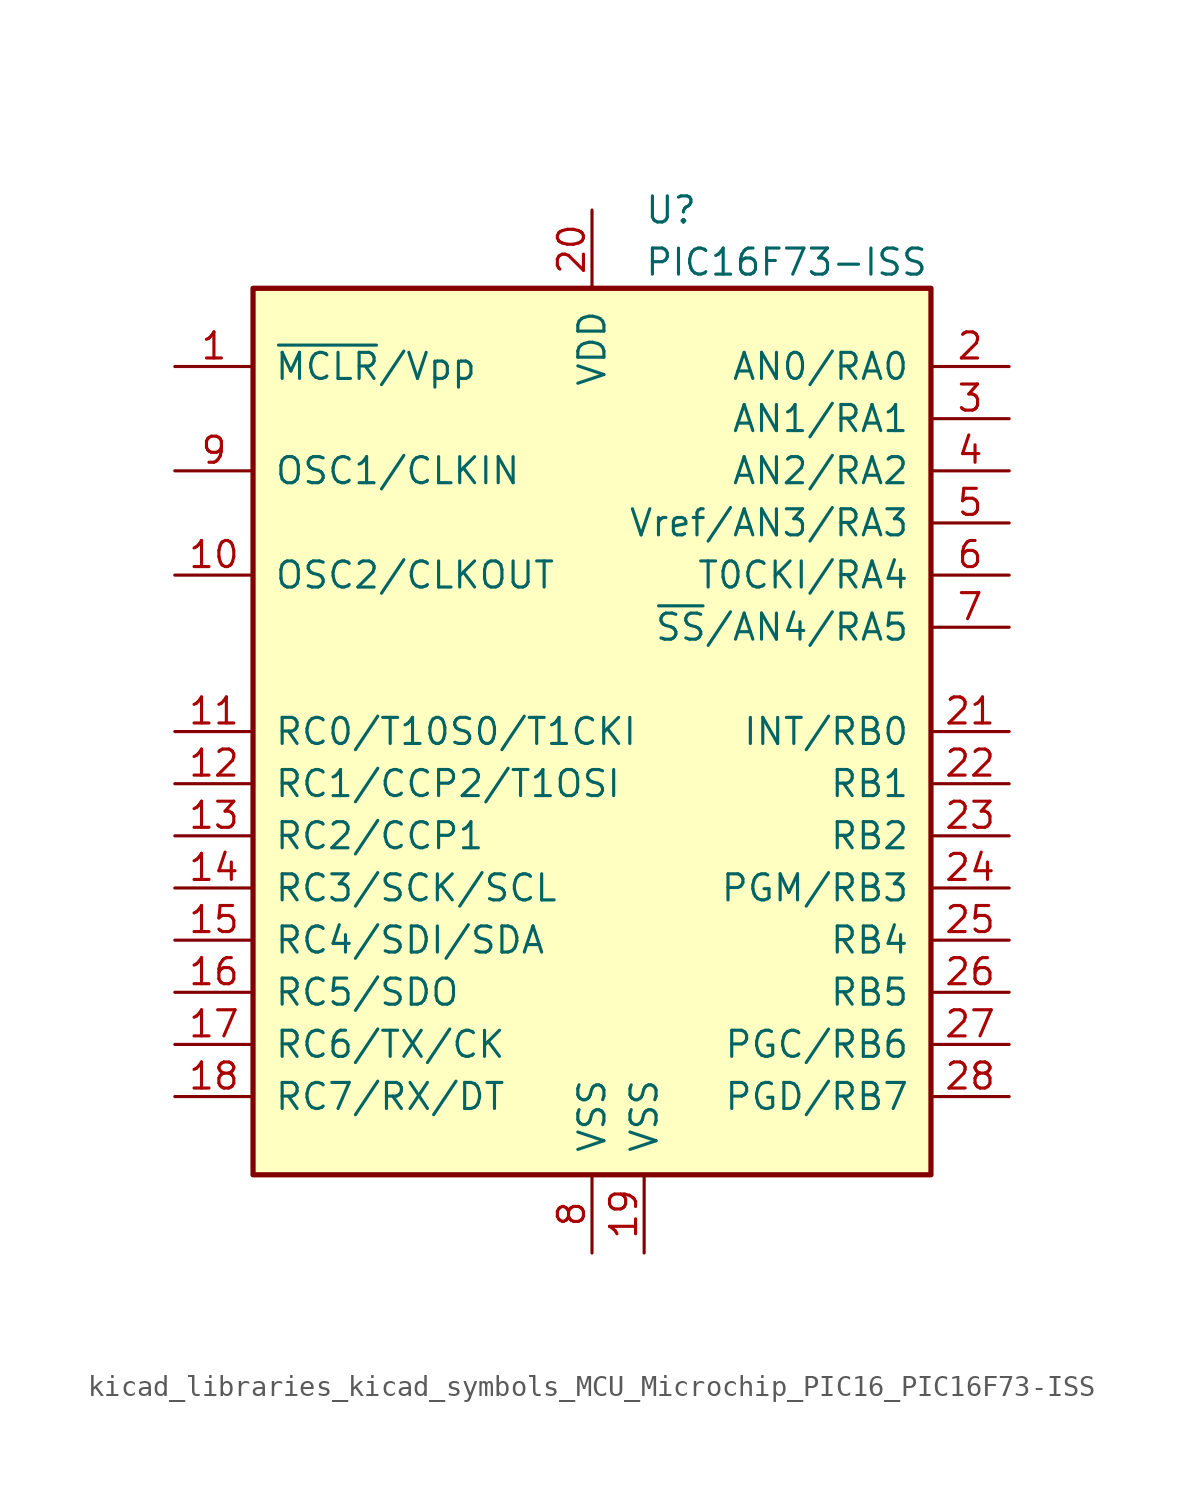
<source format=kicad_sym>
(kicad_symbol_lib
  (version 20220914)
  (generator kicad_symbol_editor)
  (symbol "kicad_libraries_kicad_symbols_MCU_Microchip_PIC16_PIC16F73-ISS"
    (pin_names
      (offset 1.016))
    (property "Reference" "U"
      (at 2.54 25.4 0)
      (effects (font (size 1.27 1.27)) (justify left)))
    (property "Value" "PIC16F73-ISS"
      (at 2.54 22.86 0)
      (effects (font (size 1.27 1.27)) (justify left)))
    (symbol "kicad_libraries_kicad_symbols_MCU_Microchip_PIC16_PIC16F73-ISS_0_1"
      (rectangle (start -16.51 -21.59) (end 16.51 21.59) (stroke (width 0.254) (type default)) (fill (type background))))
    (symbol "kicad_libraries_kicad_symbols_MCU_Microchip_PIC16_PIC16F73-ISS_1_1"
      (pin input line (at -20.32 17.78 0) (length 3.81) (name "~{MCLR}/Vpp" (effects (font (size 1.27 1.27)))) (number "1" (effects (font (size 1.27 1.27)))))
      (pin output line (at -20.32 7.62 0) (length 3.81) (name "OSC2/CLKOUT" (effects (font (size 1.27 1.27)))) (number "10" (effects (font (size 1.27 1.27)))))
      (pin bidirectional line (at -20.32 0 0) (length 3.81) (name "RC0/T10S0/T1CKI" (effects (font (size 1.27 1.27)))) (number "11" (effects (font (size 1.27 1.27)))))
      (pin bidirectional line (at -20.32 -2.54 0) (length 3.81) (name "RC1/CCP2/T1OSI" (effects (font (size 1.27 1.27)))) (number "12" (effects (font (size 1.27 1.27)))))
      (pin bidirectional line (at -20.32 -5.08 0) (length 3.81) (name "RC2/CCP1" (effects (font (size 1.27 1.27)))) (number "13" (effects (font (size 1.27 1.27)))))
      (pin bidirectional line (at -20.32 -7.62 0) (length 3.81) (name "RC3/SCK/SCL" (effects (font (size 1.27 1.27)))) (number "14" (effects (font (size 1.27 1.27)))))
      (pin bidirectional line (at -20.32 -10.16 0) (length 3.81) (name "RC4/SDI/SDA" (effects (font (size 1.27 1.27)))) (number "15" (effects (font (size 1.27 1.27)))))
      (pin bidirectional line (at -20.32 -12.7 0) (length 3.81) (name "RC5/SDO" (effects (font (size 1.27 1.27)))) (number "16" (effects (font (size 1.27 1.27)))))
      (pin bidirectional line (at -20.32 -15.24 0) (length 3.81) (name "RC6/TX/CK" (effects (font (size 1.27 1.27)))) (number "17" (effects (font (size 1.27 1.27)))))
      (pin bidirectional line (at -20.32 -17.78 0) (length 3.81) (name "RC7/RX/DT" (effects (font (size 1.27 1.27)))) (number "18" (effects (font (size 1.27 1.27)))))
      (pin power_in line (at 2.54 -25.4 90) (length 3.81) (name "VSS" (effects (font (size 1.27 1.27)))) (number "19" (effects (font (size 1.27 1.27)))))
      (pin bidirectional line (at 20.32 17.78 180) (length 3.81) (name "AN0/RA0" (effects (font (size 1.27 1.27)))) (number "2" (effects (font (size 1.27 1.27)))))
      (pin power_in line (at 0 25.4 270) (length 3.81) (name "VDD" (effects (font (size 1.27 1.27)))) (number "20" (effects (font (size 1.27 1.27)))))
      (pin bidirectional line (at 20.32 0 180) (length 3.81) (name "INT/RB0" (effects (font (size 1.27 1.27)))) (number "21" (effects (font (size 1.27 1.27)))))
      (pin bidirectional line (at 20.32 -2.54 180) (length 3.81) (name "RB1" (effects (font (size 1.27 1.27)))) (number "22" (effects (font (size 1.27 1.27)))))
      (pin bidirectional line (at 20.32 -5.08 180) (length 3.81) (name "RB2" (effects (font (size 1.27 1.27)))) (number "23" (effects (font (size 1.27 1.27)))))
      (pin bidirectional line (at 20.32 -7.62 180) (length 3.81) (name "PGM/RB3" (effects (font (size 1.27 1.27)))) (number "24" (effects (font (size 1.27 1.27)))))
      (pin bidirectional line (at 20.32 -10.16 180) (length 3.81) (name "RB4" (effects (font (size 1.27 1.27)))) (number "25" (effects (font (size 1.27 1.27)))))
      (pin bidirectional line (at 20.32 -12.7 180) (length 3.81) (name "RB5" (effects (font (size 1.27 1.27)))) (number "26" (effects (font (size 1.27 1.27)))))
      (pin bidirectional line (at 20.32 -15.24 180) (length 3.81) (name "PGC/RB6" (effects (font (size 1.27 1.27)))) (number "27" (effects (font (size 1.27 1.27)))))
      (pin bidirectional line (at 20.32 -17.78 180) (length 3.81) (name "PGD/RB7" (effects (font (size 1.27 1.27)))) (number "28" (effects (font (size 1.27 1.27)))))
      (pin bidirectional line (at 20.32 15.24 180) (length 3.81) (name "AN1/RA1" (effects (font (size 1.27 1.27)))) (number "3" (effects (font (size 1.27 1.27)))))
      (pin bidirectional line (at 20.32 12.7 180) (length 3.81) (name "AN2/RA2" (effects (font (size 1.27 1.27)))) (number "4" (effects (font (size 1.27 1.27)))))
      (pin bidirectional line (at 20.32 10.16 180) (length 3.81) (name "Vref/AN3/RA3" (effects (font (size 1.27 1.27)))) (number "5" (effects (font (size 1.27 1.27)))))
      (pin bidirectional line (at 20.32 7.62 180) (length 3.81) (name "T0CKI/RA4" (effects (font (size 1.27 1.27)))) (number "6" (effects (font (size 1.27 1.27)))))
      (pin bidirectional line (at 20.32 5.08 180) (length 3.81) (name "~{SS}/AN4/RA5" (effects (font (size 1.27 1.27)))) (number "7" (effects (font (size 1.27 1.27)))))
      (pin power_in line (at 0 -25.4 90) (length 3.81) (name "VSS" (effects (font (size 1.27 1.27)))) (number "8" (effects (font (size 1.27 1.27)))))
      (pin input line (at -20.32 12.7 0) (length 3.81) (name "OSC1/CLKIN" (effects (font (size 1.27 1.27)))) (number "9" (effects (font (size 1.27 1.27))))))))
</source>
